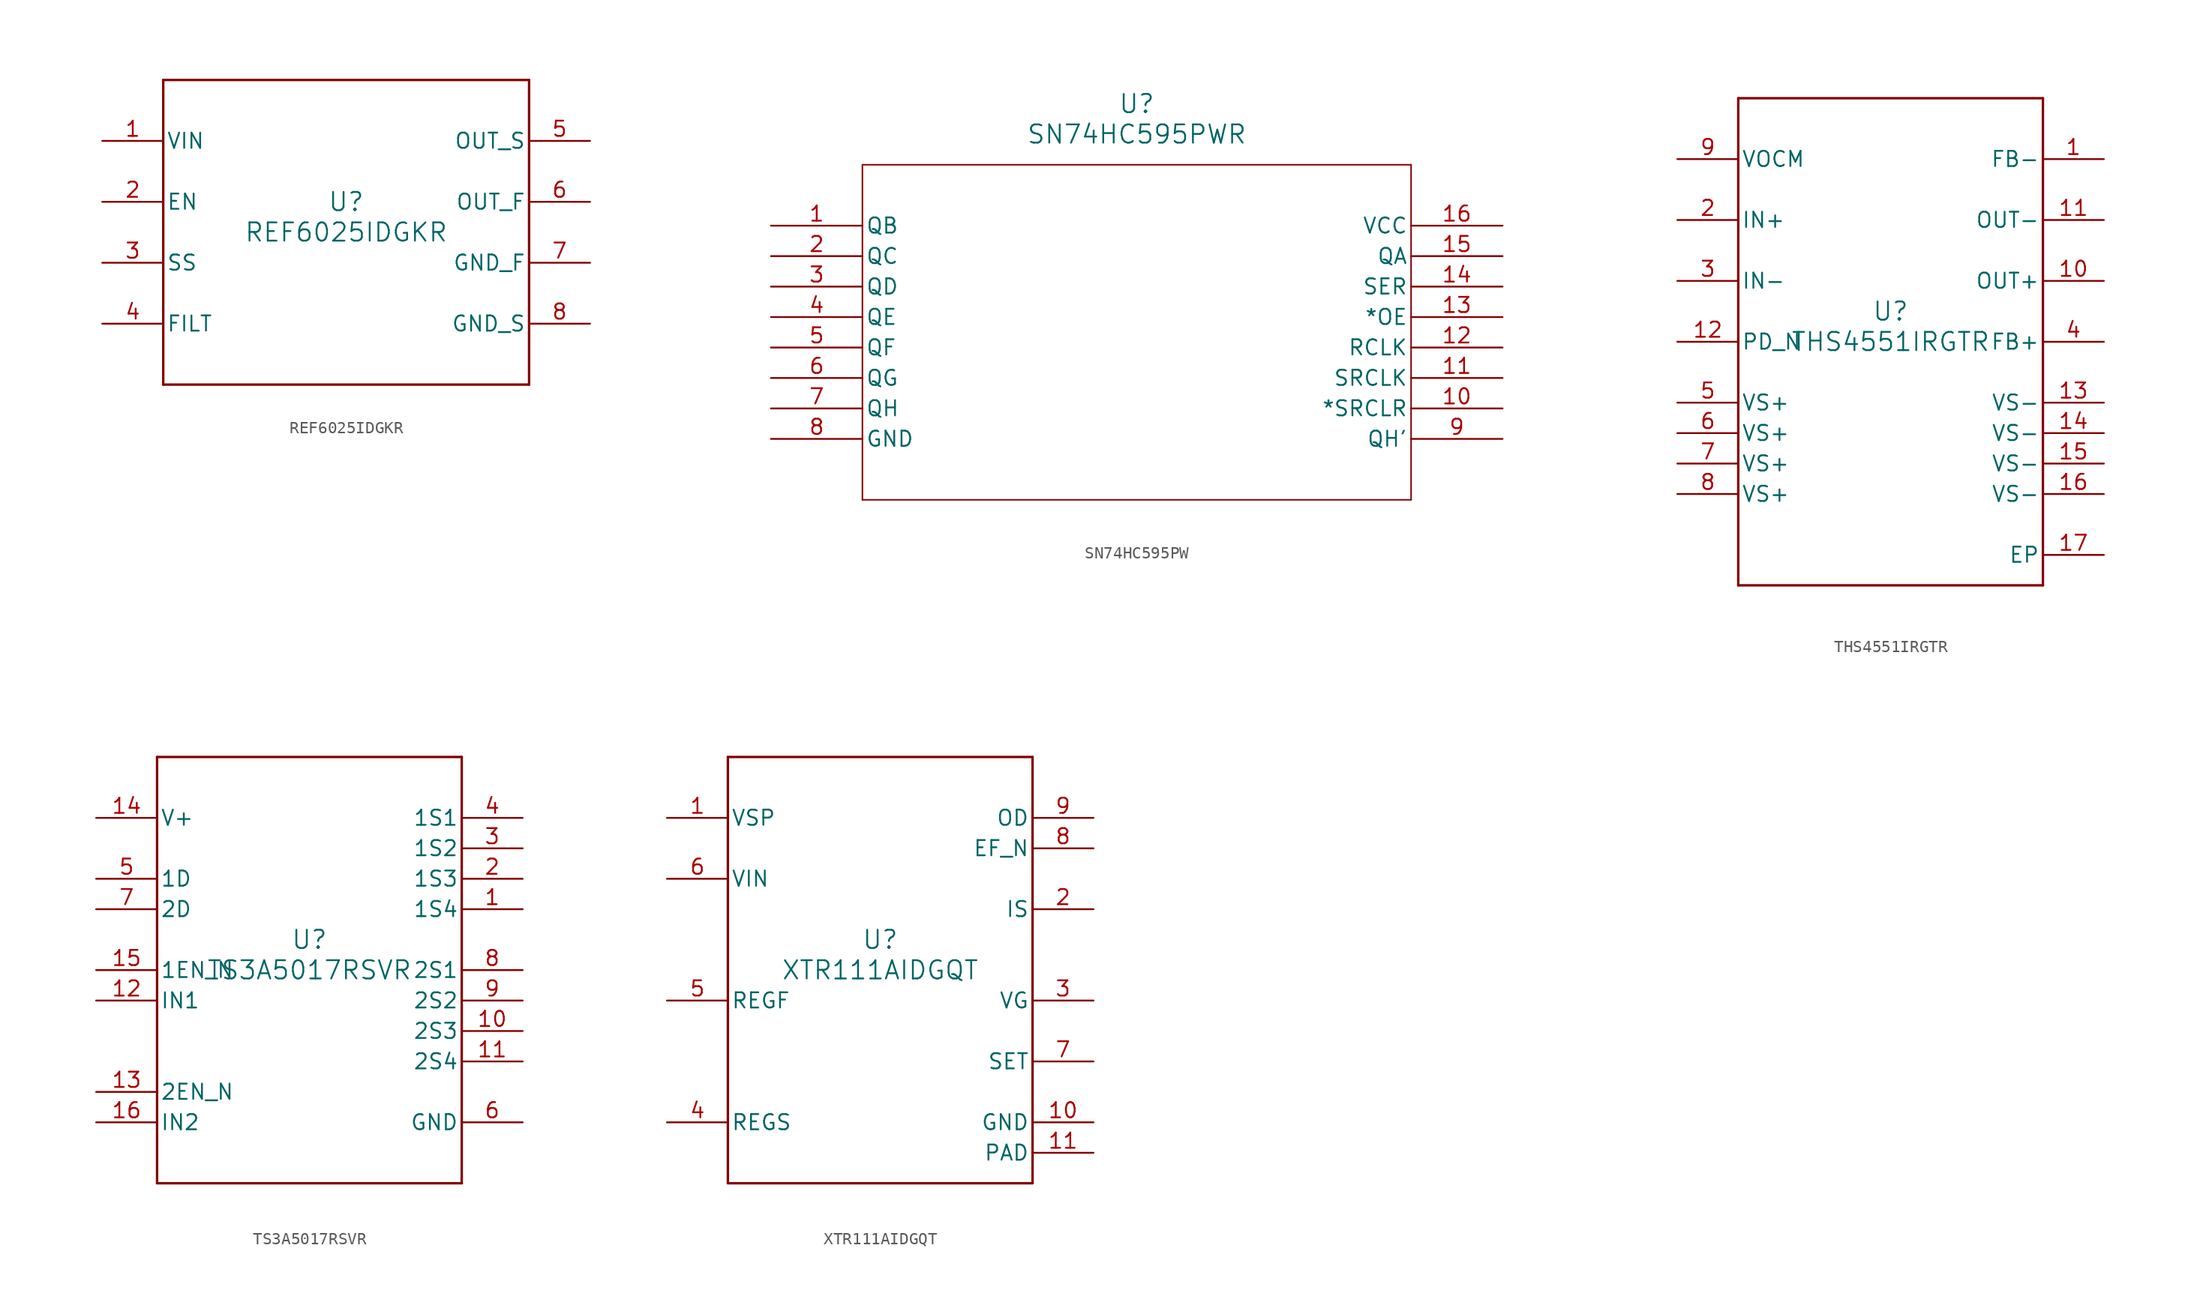
<source format=kicad_sym>
(kicad_symbol_lib
  (version 20231120)
  (generator "kicad_symbol_editor")
  (generator_version "8.0")
  (symbol "REF6025IDGKR"
    (pin_names
      (offset 0.254))
    (property "Reference" "U"
      (at 0 2.54 0)
      (effects (font (size 1.524 1.524))))
    (property "Value" "REF6025IDGKR"
      (at 0 0 0)
      (effects (font (size 1.524 1.524))))
    (property "ki_locked" ""
      (at 0 0 0)
      (effects (font (size 1.27 1.27))))
    (symbol "REF6025IDGKR_0_1"
      (polyline (pts (xy -15.24 -12.7) (xy 15.24 -12.7)) (stroke (width 0.203) (type default)) (fill (type none)))
      (polyline (pts (xy -15.24 12.7) (xy -15.24 -12.7)) (stroke (width 0.203) (type default)) (fill (type none)))
      (polyline (pts (xy 15.24 -12.7) (xy 15.24 12.7)) (stroke (width 0.203) (type default)) (fill (type none)))
      (polyline (pts (xy 15.24 12.7) (xy -15.24 12.7)) (stroke (width 0.203) (type default)) (fill (type none)))
      (pin power_in line (at -20.32 7.62 0) (length 5.08) (name "VIN" (effects (font (size 1.27 1.27)))) (number "1" (effects (font (size 1.27 1.27)))))
      (pin input line (at -20.32 2.54 0) (length 5.08) (name "EN" (effects (font (size 1.27 1.27)))) (number "2" (effects (font (size 1.27 1.27)))))
      (pin input line (at -20.32 -2.54 0) (length 5.08) (name "SS" (effects (font (size 1.27 1.27)))) (number "3" (effects (font (size 1.27 1.27)))))
      (pin unspecified line (at -20.32 -7.62 0) (length 5.08) (name "FILT" (effects (font (size 1.27 1.27)))) (number "4" (effects (font (size 1.27 1.27)))))
      (pin unspecified line (at 20.32 7.62 180) (length 5.08) (name "OUT_S" (effects (font (size 1.27 1.27)))) (number "5" (effects (font (size 1.27 1.27)))))
      (pin unspecified line (at 20.32 2.54 180) (length 5.08) (name "OUT_F" (effects (font (size 1.27 1.27)))) (number "6" (effects (font (size 1.27 1.27)))))
      (pin power_in line (at 20.32 -2.54 180) (length 5.08) (name "GND_F" (effects (font (size 1.27 1.27)))) (number "7" (effects (font (size 1.27 1.27)))))
      (pin power_in line (at 20.32 -7.62 180) (length 5.08) (name "GND_S" (effects (font (size 1.27 1.27)))) (number "8" (effects (font (size 1.27 1.27)))))))
  (symbol "SN74HC595PW"
    (pin_names
      (offset 0.254))
    (property "Reference" "U"
      (at 30.48 10.16 0)
      (effects (font (size 1.524 1.524))))
    (property "Value" "SN74HC595PWR"
      (at 30.48 7.62 0)
      (effects (font (size 1.524 1.524))))
    (property "ki_locked" ""
      (at 0 0 0)
      (effects (font (size 1.27 1.27))))
    (symbol "SN74HC595PW_0_1"
      (polyline (pts (xy 7.62 -22.86) (xy 53.34 -22.86)) (stroke (width 0.127) (type default)) (fill (type none)))
      (polyline (pts (xy 7.62 5.08) (xy 7.62 -22.86)) (stroke (width 0.127) (type default)) (fill (type none)))
      (polyline (pts (xy 53.34 -22.86) (xy 53.34 5.08)) (stroke (width 0.127) (type default)) (fill (type none)))
      (polyline (pts (xy 53.34 5.08) (xy 7.62 5.08)) (stroke (width 0.127) (type default)) (fill (type none)))
      (pin output line (at 0 0 0) (length 7.62) (name "QB" (effects (font (size 1.27 1.27)))) (number "1" (effects (font (size 1.27 1.27)))))
      (pin input line (at 60.96 -15.24 180) (length 7.62) (name "*SRCLR" (effects (font (size 1.27 1.27)))) (number "10" (effects (font (size 1.27 1.27)))))
      (pin input line (at 60.96 -12.7 180) (length 7.62) (name "SRCLK" (effects (font (size 1.27 1.27)))) (number "11" (effects (font (size 1.27 1.27)))))
      (pin input line (at 60.96 -10.16 180) (length 7.62) (name "RCLK" (effects (font (size 1.27 1.27)))) (number "12" (effects (font (size 1.27 1.27)))))
      (pin input line (at 60.96 -7.62 180) (length 7.62) (name "*OE" (effects (font (size 1.27 1.27)))) (number "13" (effects (font (size 1.27 1.27)))))
      (pin input line (at 60.96 -5.08 180) (length 7.62) (name "SER" (effects (font (size 1.27 1.27)))) (number "14" (effects (font (size 1.27 1.27)))))
      (pin output line (at 60.96 -2.54 180) (length 7.62) (name "QA" (effects (font (size 1.27 1.27)))) (number "15" (effects (font (size 1.27 1.27)))))
      (pin power_in line (at 60.96 0 180) (length 7.62) (name "VCC" (effects (font (size 1.27 1.27)))) (number "16" (effects (font (size 1.27 1.27)))))
      (pin output line (at 0 -2.54 0) (length 7.62) (name "QC" (effects (font (size 1.27 1.27)))) (number "2" (effects (font (size 1.27 1.27)))))
      (pin output line (at 0 -5.08 0) (length 7.62) (name "QD" (effects (font (size 1.27 1.27)))) (number "3" (effects (font (size 1.27 1.27)))))
      (pin output line (at 0 -7.62 0) (length 7.62) (name "QE" (effects (font (size 1.27 1.27)))) (number "4" (effects (font (size 1.27 1.27)))))
      (pin output line (at 0 -10.16 0) (length 7.62) (name "QF" (effects (font (size 1.27 1.27)))) (number "5" (effects (font (size 1.27 1.27)))))
      (pin output line (at 0 -12.7 0) (length 7.62) (name "QG" (effects (font (size 1.27 1.27)))) (number "6" (effects (font (size 1.27 1.27)))))
      (pin output line (at 0 -15.24 0) (length 7.62) (name "QH" (effects (font (size 1.27 1.27)))) (number "7" (effects (font (size 1.27 1.27)))))
      (pin power_in line (at 0 -17.78 0) (length 7.62) (name "GND" (effects (font (size 1.27 1.27)))) (number "8" (effects (font (size 1.27 1.27)))))
      (pin output line (at 60.96 -17.78 180) (length 7.62) (name "QH'" (effects (font (size 1.27 1.27)))) (number "9" (effects (font (size 1.27 1.27)))))))
  (symbol "THS4551IRGTR"
    (pin_names
      (offset 0.254))
    (property "Reference" "U"
      (at 0 2.54 0)
      (effects (font (size 1.524 1.524))))
    (property "Value" "THS4551IRGTR"
      (at 0 0 0)
      (effects (font (size 1.524 1.524))))
    (property "ki_locked" ""
      (at 0 0 0)
      (effects (font (size 1.27 1.27))))
    (symbol "THS4551IRGTR_0_1"
      (polyline (pts (xy -12.7 -20.32) (xy 12.7 -20.32)) (stroke (width 0.203) (type default)) (fill (type none)))
      (polyline (pts (xy -12.7 20.32) (xy -12.7 -20.32)) (stroke (width 0.203) (type default)) (fill (type none)))
      (polyline (pts (xy 12.7 -20.32) (xy 12.7 20.32)) (stroke (width 0.203) (type default)) (fill (type none)))
      (polyline (pts (xy 12.7 20.32) (xy -12.7 20.32)) (stroke (width 0.203) (type default)) (fill (type none)))
      (pin output line (at 17.78 15.24 180) (length 5.08) (name "FB-" (effects (font (size 1.27 1.27)))) (number "1" (effects (font (size 1.27 1.27)))))
      (pin output line (at 17.78 5.08 180) (length 5.08) (name "OUT+" (effects (font (size 1.27 1.27)))) (number "10" (effects (font (size 1.27 1.27)))))
      (pin output line (at 17.78 10.16 180) (length 5.08) (name "OUT-" (effects (font (size 1.27 1.27)))) (number "11" (effects (font (size 1.27 1.27)))))
      (pin input line (at -17.78 0 0) (length 5.08) (name "PD_N" (effects (font (size 1.27 1.27)))) (number "12" (effects (font (size 1.27 1.27)))))
      (pin power_in line (at 17.78 -5.08 180) (length 5.08) (name "VS-" (effects (font (size 1.27 1.27)))) (number "13" (effects (font (size 1.27 1.27)))))
      (pin power_in line (at 17.78 -7.62 180) (length 5.08) (name "VS-" (effects (font (size 1.27 1.27)))) (number "14" (effects (font (size 1.27 1.27)))))
      (pin power_in line (at 17.78 -10.16 180) (length 5.08) (name "VS-" (effects (font (size 1.27 1.27)))) (number "15" (effects (font (size 1.27 1.27)))))
      (pin power_in line (at 17.78 -12.7 180) (length 5.08) (name "VS-" (effects (font (size 1.27 1.27)))) (number "16" (effects (font (size 1.27 1.27)))))
      (pin power_in line (at 17.78 -17.78 180) (length 5.08) (name "EP" (effects (font (size 1.27 1.27)))) (number "17" (effects (font (size 1.27 1.27)))))
      (pin input line (at -17.78 10.16 0) (length 5.08) (name "IN+" (effects (font (size 1.27 1.27)))) (number "2" (effects (font (size 1.27 1.27)))))
      (pin input line (at -17.78 5.08 0) (length 5.08) (name "IN-" (effects (font (size 1.27 1.27)))) (number "3" (effects (font (size 1.27 1.27)))))
      (pin output line (at 17.78 0 180) (length 5.08) (name "FB+" (effects (font (size 1.27 1.27)))) (number "4" (effects (font (size 1.27 1.27)))))
      (pin power_in line (at -17.78 -5.08 0) (length 5.08) (name "VS+" (effects (font (size 1.27 1.27)))) (number "5" (effects (font (size 1.27 1.27)))))
      (pin power_in line (at -17.78 -7.62 0) (length 5.08) (name "VS+" (effects (font (size 1.27 1.27)))) (number "6" (effects (font (size 1.27 1.27)))))
      (pin power_in line (at -17.78 -10.16 0) (length 5.08) (name "VS+" (effects (font (size 1.27 1.27)))) (number "7" (effects (font (size 1.27 1.27)))))
      (pin power_in line (at -17.78 -12.7 0) (length 5.08) (name "VS+" (effects (font (size 1.27 1.27)))) (number "8" (effects (font (size 1.27 1.27)))))
      (pin input line (at -17.78 15.24 0) (length 5.08) (name "VOCM" (effects (font (size 1.27 1.27)))) (number "9" (effects (font (size 1.27 1.27)))))))
  (symbol "TS3A5017RSVR"
    (pin_names
      (offset 0.254))
    (property "Reference" "U"
      (at 0 2.54 0)
      (effects (font (size 1.524 1.524))))
    (property "Value" "TS3A5017RSVR"
      (at 0 0 0)
      (effects (font (size 1.524 1.524))))
    (property "ki_locked" ""
      (at 0 0 0)
      (effects (font (size 1.27 1.27))))
    (symbol "TS3A5017RSVR_0_1"
      (polyline (pts (xy -12.7 -17.78) (xy 12.7 -17.78)) (stroke (width 0.203) (type default)) (fill (type none)))
      (polyline (pts (xy -12.7 17.78) (xy -12.7 -17.78)) (stroke (width 0.203) (type default)) (fill (type none)))
      (polyline (pts (xy 12.7 -17.78) (xy 12.7 17.78)) (stroke (width 0.203) (type default)) (fill (type none)))
      (polyline (pts (xy 12.7 17.78) (xy -12.7 17.78)) (stroke (width 0.203) (type default)) (fill (type none)))
      (pin bidirectional line (at 17.78 5.08 180) (length 5.08) (name "1S4" (effects (font (size 1.27 1.27)))) (number "1" (effects (font (size 1.27 1.27)))))
      (pin bidirectional line (at 17.78 -5.08 180) (length 5.08) (name "2S3" (effects (font (size 1.27 1.27)))) (number "10" (effects (font (size 1.27 1.27)))))
      (pin bidirectional line (at 17.78 -7.62 180) (length 5.08) (name "2S4" (effects (font (size 1.27 1.27)))) (number "11" (effects (font (size 1.27 1.27)))))
      (pin input line (at -17.78 -2.54 0) (length 5.08) (name "IN1" (effects (font (size 1.27 1.27)))) (number "12" (effects (font (size 1.27 1.27)))))
      (pin input line (at -17.78 -10.16 0) (length 5.08) (name "2EN_N" (effects (font (size 1.27 1.27)))) (number "13" (effects (font (size 1.27 1.27)))))
      (pin power_in line (at -17.78 12.7 0) (length 5.08) (name "V+" (effects (font (size 1.27 1.27)))) (number "14" (effects (font (size 1.27 1.27)))))
      (pin input line (at -17.78 0 0) (length 5.08) (name "1EN_N" (effects (font (size 1.27 1.27)))) (number "15" (effects (font (size 1.27 1.27)))))
      (pin input line (at -17.78 -12.7 0) (length 5.08) (name "IN2" (effects (font (size 1.27 1.27)))) (number "16" (effects (font (size 1.27 1.27)))))
      (pin bidirectional line (at 17.78 7.62 180) (length 5.08) (name "1S3" (effects (font (size 1.27 1.27)))) (number "2" (effects (font (size 1.27 1.27)))))
      (pin bidirectional line (at 17.78 10.16 180) (length 5.08) (name "1S2" (effects (font (size 1.27 1.27)))) (number "3" (effects (font (size 1.27 1.27)))))
      (pin bidirectional line (at 17.78 12.7 180) (length 5.08) (name "1S1" (effects (font (size 1.27 1.27)))) (number "4" (effects (font (size 1.27 1.27)))))
      (pin bidirectional line (at -17.78 7.62 0) (length 5.08) (name "1D" (effects (font (size 1.27 1.27)))) (number "5" (effects (font (size 1.27 1.27)))))
      (pin power_in line (at 17.78 -12.7 180) (length 5.08) (name "GND" (effects (font (size 1.27 1.27)))) (number "6" (effects (font (size 1.27 1.27)))))
      (pin bidirectional line (at -17.78 5.08 0) (length 5.08) (name "2D" (effects (font (size 1.27 1.27)))) (number "7" (effects (font (size 1.27 1.27)))))
      (pin bidirectional line (at 17.78 0 180) (length 5.08) (name "2S1" (effects (font (size 1.27 1.27)))) (number "8" (effects (font (size 1.27 1.27)))))
      (pin bidirectional line (at 17.78 -2.54 180) (length 5.08) (name "2S2" (effects (font (size 1.27 1.27)))) (number "9" (effects (font (size 1.27 1.27)))))))
  (symbol "XTR111AIDGQT"
    (pin_names
      (offset 0.254))
    (property "Reference" "U"
      (at 0 2.54 0)
      (effects (font (size 1.524 1.524))))
    (property "Value" "XTR111AIDGQT"
      (at 0 0 0)
      (effects (font (size 1.524 1.524))))
    (property "ki_locked" ""
      (at 0 0 0)
      (effects (font (size 1.27 1.27))))
    (symbol "XTR111AIDGQT_0_1"
      (polyline (pts (xy -12.7 -17.78) (xy 12.7 -17.78)) (stroke (width 0.203) (type default)) (fill (type none)))
      (polyline (pts (xy -12.7 17.78) (xy -12.7 -17.78)) (stroke (width 0.203) (type default)) (fill (type none)))
      (polyline (pts (xy 12.7 -17.78) (xy 12.7 17.78)) (stroke (width 0.203) (type default)) (fill (type none)))
      (polyline (pts (xy 12.7 17.78) (xy -12.7 17.78)) (stroke (width 0.203) (type default)) (fill (type none)))
      (pin power_in line (at -17.78 12.7 0) (length 5.08) (name "VSP" (effects (font (size 1.27 1.27)))) (number "1" (effects (font (size 1.27 1.27)))))
      (pin power_in line (at 17.78 -12.7 180) (length 5.08) (name "GND" (effects (font (size 1.27 1.27)))) (number "10" (effects (font (size 1.27 1.27)))))
      (pin power_in line (at 17.78 -15.24 180) (length 5.08) (name "PAD" (effects (font (size 1.27 1.27)))) (number "11" (effects (font (size 1.27 1.27)))))
      (pin unspecified line (at 17.78 5.08 180) (length 5.08) (name "IS" (effects (font (size 1.27 1.27)))) (number "2" (effects (font (size 1.27 1.27)))))
      (pin unspecified line (at 17.78 -2.54 180) (length 5.08) (name "VG" (effects (font (size 1.27 1.27)))) (number "3" (effects (font (size 1.27 1.27)))))
      (pin unspecified line (at -17.78 -12.7 0) (length 5.08) (name "REGS" (effects (font (size 1.27 1.27)))) (number "4" (effects (font (size 1.27 1.27)))))
      (pin unspecified line (at -17.78 -2.54 0) (length 5.08) (name "REGF" (effects (font (size 1.27 1.27)))) (number "5" (effects (font (size 1.27 1.27)))))
      (pin power_in line (at -17.78 7.62 0) (length 5.08) (name "VIN" (effects (font (size 1.27 1.27)))) (number "6" (effects (font (size 1.27 1.27)))))
      (pin unspecified line (at 17.78 -7.62 180) (length 5.08) (name "SET" (effects (font (size 1.27 1.27)))) (number "7" (effects (font (size 1.27 1.27)))))
      (pin output line (at 17.78 10.16 180) (length 5.08) (name "EF_N" (effects (font (size 1.27 1.27)))) (number "8" (effects (font (size 1.27 1.27)))))
      (pin input line (at 17.78 12.7 180) (length 5.08) (name "OD" (effects (font (size 1.27 1.27)))) (number "9" (effects (font (size 1.27 1.27))))))))
</source>
